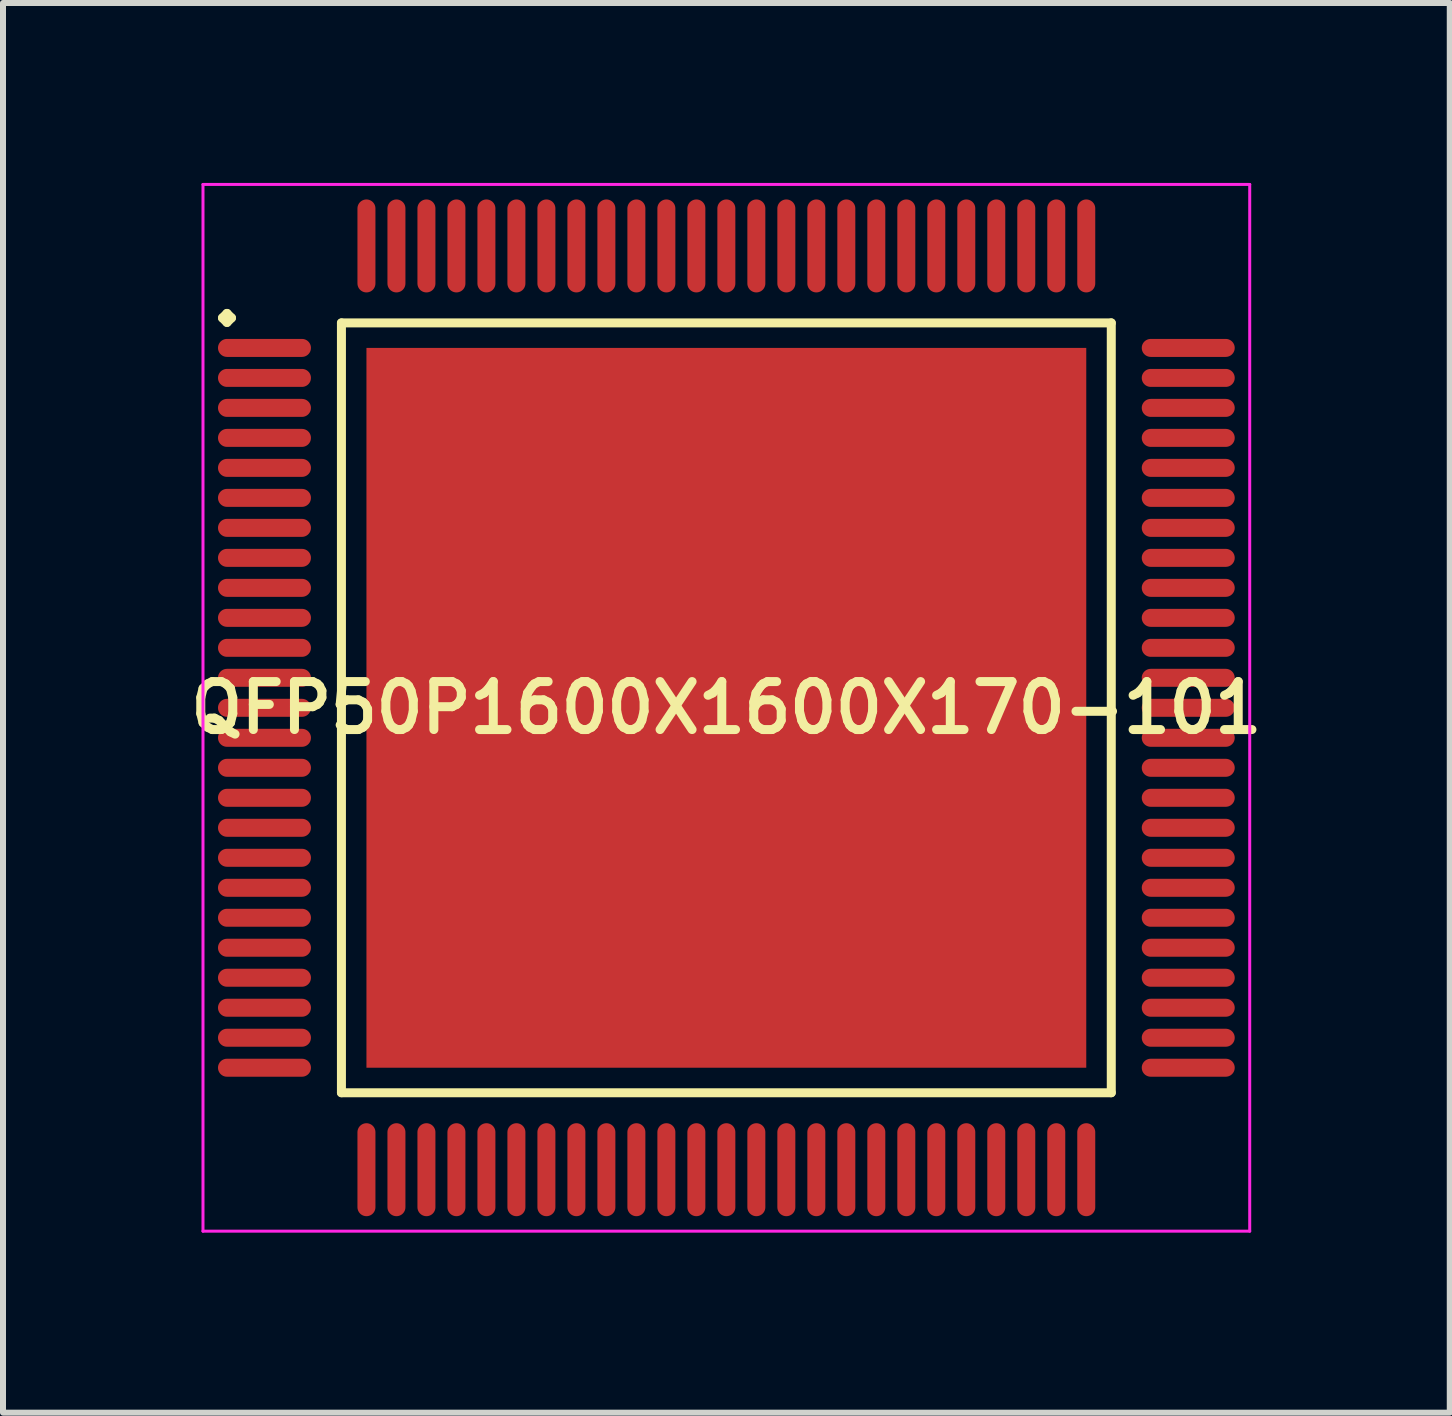
<source format=kicad_pcb>
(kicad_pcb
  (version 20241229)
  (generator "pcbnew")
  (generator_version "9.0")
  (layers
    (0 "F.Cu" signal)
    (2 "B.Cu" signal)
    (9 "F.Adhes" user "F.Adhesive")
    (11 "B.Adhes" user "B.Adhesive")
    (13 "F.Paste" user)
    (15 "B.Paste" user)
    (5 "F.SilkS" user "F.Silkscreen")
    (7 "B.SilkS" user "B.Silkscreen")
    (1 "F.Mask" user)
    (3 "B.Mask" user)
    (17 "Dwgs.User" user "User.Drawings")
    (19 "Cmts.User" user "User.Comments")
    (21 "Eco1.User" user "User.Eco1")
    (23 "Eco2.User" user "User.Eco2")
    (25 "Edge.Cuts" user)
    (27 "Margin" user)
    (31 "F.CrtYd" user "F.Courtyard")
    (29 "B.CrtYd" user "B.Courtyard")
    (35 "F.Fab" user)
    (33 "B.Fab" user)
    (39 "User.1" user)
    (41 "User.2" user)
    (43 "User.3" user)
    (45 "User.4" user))
  (footprint "QFP50P1600X1600X170-101"
    (layer "F.Cu")
    (at 9.059 8.75)
    (property "Reference" "QFP50P1600X1600X170-101" (at 0 0 0) (layer "F.SilkS") (effects (font (size 0.8 0.8) (thickness 0.15))))
    (attr smd)
    (fp_line (start -8.4 -6.5) (end -8.325 -6.575) (stroke (width 0.15) (type solid)) (layer "F.SilkS"))
    (fp_line (start -8.325 -6.575) (end -8.25 -6.5) (stroke (width 0.15) (type solid)) (layer "F.SilkS"))
    (fp_line (start -8.325 -6.425) (end -8.4 -6.5) (stroke (width 0.15) (type solid)) (layer "F.SilkS"))
    (fp_line (start -8.25 -6.5) (end -8.325 -6.425) (stroke (width 0.15) (type solid)) (layer "F.SilkS"))
    (fp_line (start -6.417 -6.417) (end -6.417 6.417) (stroke (width 0.15) (type solid)) (layer "F.SilkS"))
    (fp_line (start -6.417 6.417) (end 6.417 6.417) (stroke (width 0.15) (type solid)) (layer "F.SilkS"))
    (fp_line (start 6.417 -6.417) (end -6.417 -6.417) (stroke (width 0.15) (type solid)) (layer "F.SilkS"))
    (fp_line (start 6.417 6.417) (end 6.417 -6.417) (stroke (width 0.15) (type solid)) (layer "F.SilkS"))
    (fp_line (start -8.725 -8.725) (end 8.725 -8.725) (stroke (width 0.05) (type solid)) (layer "F.CrtYd"))
    (fp_line (start -8.725 8.725) (end -8.725 -8.725) (stroke (width 0.05) (type solid)) (layer "F.CrtYd"))
    (fp_line (start 8.725 -8.725) (end 8.725 8.725) (stroke (width 0.05) (type solid)) (layer "F.CrtYd"))
    (fp_line (start 8.725 8.725) (end -8.725 8.725) (stroke (width 0.05) (type solid)) (layer "F.CrtYd"))
    (pad "1" smd oval (at -7.7 -6) (size 1.55 0.3) (layers "F.Cu" "F.Mask" "F.Paste"))
    (pad "2" smd oval (at -7.7 -5.5) (size 1.55 0.3) (layers "F.Cu" "F.Mask" "F.Paste"))
    (pad "3" smd oval (at -7.7 -5) (size 1.55 0.3) (layers "F.Cu" "F.Mask" "F.Paste"))
    (pad "4" smd oval (at -7.7 -4.5) (size 1.55 0.3) (layers "F.Cu" "F.Mask" "F.Paste"))
    (pad "5" smd oval (at -7.7 -4) (size 1.55 0.3) (layers "F.Cu" "F.Mask" "F.Paste"))
    (pad "6" smd oval (at -7.7 -3.5) (size 1.55 0.3) (layers "F.Cu" "F.Mask" "F.Paste"))
    (pad "7" smd oval (at -7.7 -3) (size 1.55 0.3) (layers "F.Cu" "F.Mask" "F.Paste"))
    (pad "8" smd oval (at -7.7 -2.5) (size 1.55 0.3) (layers "F.Cu" "F.Mask" "F.Paste"))
    (pad "9" smd oval (at -7.7 -2) (size 1.55 0.3) (layers "F.Cu" "F.Mask" "F.Paste"))
    (pad "10" smd oval (at -7.7 -1.5) (size 1.55 0.3) (layers "F.Cu" "F.Mask" "F.Paste"))
    (pad "11" smd oval (at -7.7 -1) (size 1.55 0.3) (layers "F.Cu" "F.Mask" "F.Paste"))
    (pad "12" smd oval (at -7.7 -0.5) (size 1.55 0.3) (layers "F.Cu" "F.Mask" "F.Paste"))
    (pad "13" smd oval (at -7.7 0) (size 1.55 0.3) (layers "F.Cu" "F.Mask" "F.Paste"))
    (pad "14" smd oval (at -7.7 0.5) (size 1.55 0.3) (layers "F.Cu" "F.Mask" "F.Paste"))
    (pad "15" smd oval (at -7.7 1) (size 1.55 0.3) (layers "F.Cu" "F.Mask" "F.Paste"))
    (pad "16" smd oval (at -7.7 1.5) (size 1.55 0.3) (layers "F.Cu" "F.Mask" "F.Paste"))
    (pad "17" smd oval (at -7.7 2) (size 1.55 0.3) (layers "F.Cu" "F.Mask" "F.Paste"))
    (pad "18" smd oval (at -7.7 2.5) (size 1.55 0.3) (layers "F.Cu" "F.Mask" "F.Paste"))
    (pad "19" smd oval (at -7.7 3) (size 1.55 0.3) (layers "F.Cu" "F.Mask" "F.Paste"))
    (pad "20" smd oval (at -7.7 3.5) (size 1.55 0.3) (layers "F.Cu" "F.Mask" "F.Paste"))
    (pad "21" smd oval (at -7.7 4) (size 1.55 0.3) (layers "F.Cu" "F.Mask" "F.Paste"))
    (pad "22" smd oval (at -7.7 4.5) (size 1.55 0.3) (layers "F.Cu" "F.Mask" "F.Paste"))
    (pad "23" smd oval (at -7.7 5) (size 1.55 0.3) (layers "F.Cu" "F.Mask" "F.Paste"))
    (pad "24" smd oval (at -7.7 5.5) (size 1.55 0.3) (layers "F.Cu" "F.Mask" "F.Paste"))
    (pad "25" smd oval (at -7.7 6) (size 1.55 0.3) (layers "F.Cu" "F.Mask" "F.Paste"))
    (pad "26" smd oval (at -6 7.7) (size 0.3 1.55) (layers "F.Cu" "F.Mask" "F.Paste"))
    (pad "27" smd oval (at -5.5 7.7) (size 0.3 1.55) (layers "F.Cu" "F.Mask" "F.Paste"))
    (pad "28" smd oval (at -5 7.7) (size 0.3 1.55) (layers "F.Cu" "F.Mask" "F.Paste"))
    (pad "29" smd oval (at -4.5 7.7) (size 0.3 1.55) (layers "F.Cu" "F.Mask" "F.Paste"))
    (pad "30" smd oval (at -4 7.7) (size 0.3 1.55) (layers "F.Cu" "F.Mask" "F.Paste"))
    (pad "31" smd oval (at -3.5 7.7) (size 0.3 1.55) (layers "F.Cu" "F.Mask" "F.Paste"))
    (pad "32" smd oval (at -3 7.7) (size 0.3 1.55) (layers "F.Cu" "F.Mask" "F.Paste"))
    (pad "33" smd oval (at -2.5 7.7) (size 0.3 1.55) (layers "F.Cu" "F.Mask" "F.Paste"))
    (pad "34" smd oval (at -2 7.7) (size 0.3 1.55) (layers "F.Cu" "F.Mask" "F.Paste"))
    (pad "35" smd oval (at -1.5 7.7) (size 0.3 1.55) (layers "F.Cu" "F.Mask" "F.Paste"))
    (pad "36" smd oval (at -1 7.7) (size 0.3 1.55) (layers "F.Cu" "F.Mask" "F.Paste"))
    (pad "37" smd oval (at -0.5 7.7) (size 0.3 1.55) (layers "F.Cu" "F.Mask" "F.Paste"))
    (pad "38" smd oval (at 0 7.7) (size 0.3 1.55) (layers "F.Cu" "F.Mask" "F.Paste"))
    (pad "39" smd oval (at 0.5 7.7) (size 0.3 1.55) (layers "F.Cu" "F.Mask" "F.Paste"))
    (pad "40" smd oval (at 1 7.7) (size 0.3 1.55) (layers "F.Cu" "F.Mask" "F.Paste"))
    (pad "41" smd oval (at 1.5 7.7) (size 0.3 1.55) (layers "F.Cu" "F.Mask" "F.Paste"))
    (pad "42" smd oval (at 2 7.7) (size 0.3 1.55) (layers "F.Cu" "F.Mask" "F.Paste"))
    (pad "43" smd oval (at 2.5 7.7) (size 0.3 1.55) (layers "F.Cu" "F.Mask" "F.Paste"))
    (pad "44" smd oval (at 3 7.7) (size 0.3 1.55) (layers "F.Cu" "F.Mask" "F.Paste"))
    (pad "45" smd oval (at 3.5 7.7) (size 0.3 1.55) (layers "F.Cu" "F.Mask" "F.Paste"))
    (pad "46" smd oval (at 4 7.7) (size 0.3 1.55) (layers "F.Cu" "F.Mask" "F.Paste"))
    (pad "47" smd oval (at 4.5 7.7) (size 0.3 1.55) (layers "F.Cu" "F.Mask" "F.Paste"))
    (pad "48" smd oval (at 5 7.7) (size 0.3 1.55) (layers "F.Cu" "F.Mask" "F.Paste"))
    (pad "49" smd oval (at 5.5 7.7) (size 0.3 1.55) (layers "F.Cu" "F.Mask" "F.Paste"))
    (pad "50" smd oval (at 6 7.7) (size 0.3 1.55) (layers "F.Cu" "F.Mask" "F.Paste"))
    (pad "51" smd oval (at 7.7 6) (size 1.55 0.3) (layers "F.Cu" "F.Mask" "F.Paste"))
    (pad "52" smd oval (at 7.7 5.5) (size 1.55 0.3) (layers "F.Cu" "F.Mask" "F.Paste"))
    (pad "53" smd oval (at 7.7 5) (size 1.55 0.3) (layers "F.Cu" "F.Mask" "F.Paste"))
    (pad "54" smd oval (at 7.7 4.5) (size 1.55 0.3) (layers "F.Cu" "F.Mask" "F.Paste"))
    (pad "55" smd oval (at 7.7 4) (size 1.55 0.3) (layers "F.Cu" "F.Mask" "F.Paste"))
    (pad "56" smd oval (at 7.7 3.5) (size 1.55 0.3) (layers "F.Cu" "F.Mask" "F.Paste"))
    (pad "57" smd oval (at 7.7 3) (size 1.55 0.3) (layers "F.Cu" "F.Mask" "F.Paste"))
    (pad "58" smd oval (at 7.7 2.5) (size 1.55 0.3) (layers "F.Cu" "F.Mask" "F.Paste"))
    (pad "59" smd oval (at 7.7 2) (size 1.55 0.3) (layers "F.Cu" "F.Mask" "F.Paste"))
    (pad "60" smd oval (at 7.7 1.5) (size 1.55 0.3) (layers "F.Cu" "F.Mask" "F.Paste"))
    (pad "61" smd oval (at 7.7 1) (size 1.55 0.3) (layers "F.Cu" "F.Mask" "F.Paste"))
    (pad "62" smd oval (at 7.7 0.5) (size 1.55 0.3) (layers "F.Cu" "F.Mask" "F.Paste"))
    (pad "63" smd oval (at 7.7 0) (size 1.55 0.3) (layers "F.Cu" "F.Mask" "F.Paste"))
    (pad "64" smd oval (at 7.7 -0.5) (size 1.55 0.3) (layers "F.Cu" "F.Mask" "F.Paste"))
    (pad "65" smd oval (at 7.7 -1) (size 1.55 0.3) (layers "F.Cu" "F.Mask" "F.Paste"))
    (pad "66" smd oval (at 7.7 -1.5) (size 1.55 0.3) (layers "F.Cu" "F.Mask" "F.Paste"))
    (pad "67" smd oval (at 7.7 -2) (size 1.55 0.3) (layers "F.Cu" "F.Mask" "F.Paste"))
    (pad "68" smd oval (at 7.7 -2.5) (size 1.55 0.3) (layers "F.Cu" "F.Mask" "F.Paste"))
    (pad "69" smd oval (at 7.7 -3) (size 1.55 0.3) (layers "F.Cu" "F.Mask" "F.Paste"))
    (pad "70" smd oval (at 7.7 -3.5) (size 1.55 0.3) (layers "F.Cu" "F.Mask" "F.Paste"))
    (pad "71" smd oval (at 7.7 -4) (size 1.55 0.3) (layers "F.Cu" "F.Mask" "F.Paste"))
    (pad "72" smd oval (at 7.7 -4.5) (size 1.55 0.3) (layers "F.Cu" "F.Mask" "F.Paste"))
    (pad "73" smd oval (at 7.7 -5) (size 1.55 0.3) (layers "F.Cu" "F.Mask" "F.Paste"))
    (pad "74" smd oval (at 7.7 -5.5) (size 1.55 0.3) (layers "F.Cu" "F.Mask" "F.Paste"))
    (pad "75" smd oval (at 7.7 -6) (size 1.55 0.3) (layers "F.Cu" "F.Mask" "F.Paste"))
    (pad "76" smd oval (at 6 -7.7) (size 0.3 1.55) (layers "F.Cu" "F.Mask" "F.Paste"))
    (pad "77" smd oval (at 5.5 -7.7) (size 0.3 1.55) (layers "F.Cu" "F.Mask" "F.Paste"))
    (pad "78" smd oval (at 5 -7.7) (size 0.3 1.55) (layers "F.Cu" "F.Mask" "F.Paste"))
    (pad "79" smd oval (at 4.5 -7.7) (size 0.3 1.55) (layers "F.Cu" "F.Mask" "F.Paste"))
    (pad "80" smd oval (at 4 -7.7) (size 0.3 1.55) (layers "F.Cu" "F.Mask" "F.Paste"))
    (pad "81" smd oval (at 3.5 -7.7) (size 0.3 1.55) (layers "F.Cu" "F.Mask" "F.Paste"))
    (pad "82" smd oval (at 3 -7.7) (size 0.3 1.55) (layers "F.Cu" "F.Mask" "F.Paste"))
    (pad "83" smd oval (at 2.5 -7.7) (size 0.3 1.55) (layers "F.Cu" "F.Mask" "F.Paste"))
    (pad "84" smd oval (at 2 -7.7) (size 0.3 1.55) (layers "F.Cu" "F.Mask" "F.Paste"))
    (pad "85" smd oval (at 1.5 -7.7) (size 0.3 1.55) (layers "F.Cu" "F.Mask" "F.Paste"))
    (pad "86" smd oval (at 1 -7.7) (size 0.3 1.55) (layers "F.Cu" "F.Mask" "F.Paste"))
    (pad "87" smd oval (at 0.5 -7.7) (size 0.3 1.55) (layers "F.Cu" "F.Mask" "F.Paste"))
    (pad "88" smd oval (at 0 -7.7) (size 0.3 1.55) (layers "F.Cu" "F.Mask" "F.Paste"))
    (pad "89" smd oval (at -0.5 -7.7) (size 0.3 1.55) (layers "F.Cu" "F.Mask" "F.Paste"))
    (pad "90" smd oval (at -1 -7.7) (size 0.3 1.55) (layers "F.Cu" "F.Mask" "F.Paste"))
    (pad "91" smd oval (at -1.5 -7.7) (size 0.3 1.55) (layers "F.Cu" "F.Mask" "F.Paste"))
    (pad "92" smd oval (at -2 -7.7) (size 0.3 1.55) (layers "F.Cu" "F.Mask" "F.Paste"))
    (pad "93" smd oval (at -2.5 -7.7) (size 0.3 1.55) (layers "F.Cu" "F.Mask" "F.Paste"))
    (pad "94" smd oval (at -3 -7.7) (size 0.3 1.55) (layers "F.Cu" "F.Mask" "F.Paste"))
    (pad "95" smd oval (at -3.5 -7.7) (size 0.3 1.55) (layers "F.Cu" "F.Mask" "F.Paste"))
    (pad "96" smd oval (at -4 -7.7) (size 0.3 1.55) (layers "F.Cu" "F.Mask" "F.Paste"))
    (pad "97" smd oval (at -4.5 -7.7) (size 0.3 1.55) (layers "F.Cu" "F.Mask" "F.Paste"))
    (pad "98" smd oval (at -5 -7.7) (size 0.3 1.55) (layers "F.Cu" "F.Mask" "F.Paste"))
    (pad "99" smd oval (at -5.5 -7.7) (size 0.3 1.55) (layers "F.Cu" "F.Mask" "F.Paste"))
    (pad "100" smd oval (at -6 -7.7) (size 0.3 1.55) (layers "F.Cu" "F.Mask" "F.Paste"))
    (pad "101" smd rect (at 0 0) (size 12 12) (layers "F.Cu" "F.Mask" "F.Paste")))
  (gr_rect
    (start -3 -3)
    (end 21.119 20.5)
    (stroke (width 0.1) (type default))
    (fill no)
    (layer "Edge.Cuts")))
</source>
